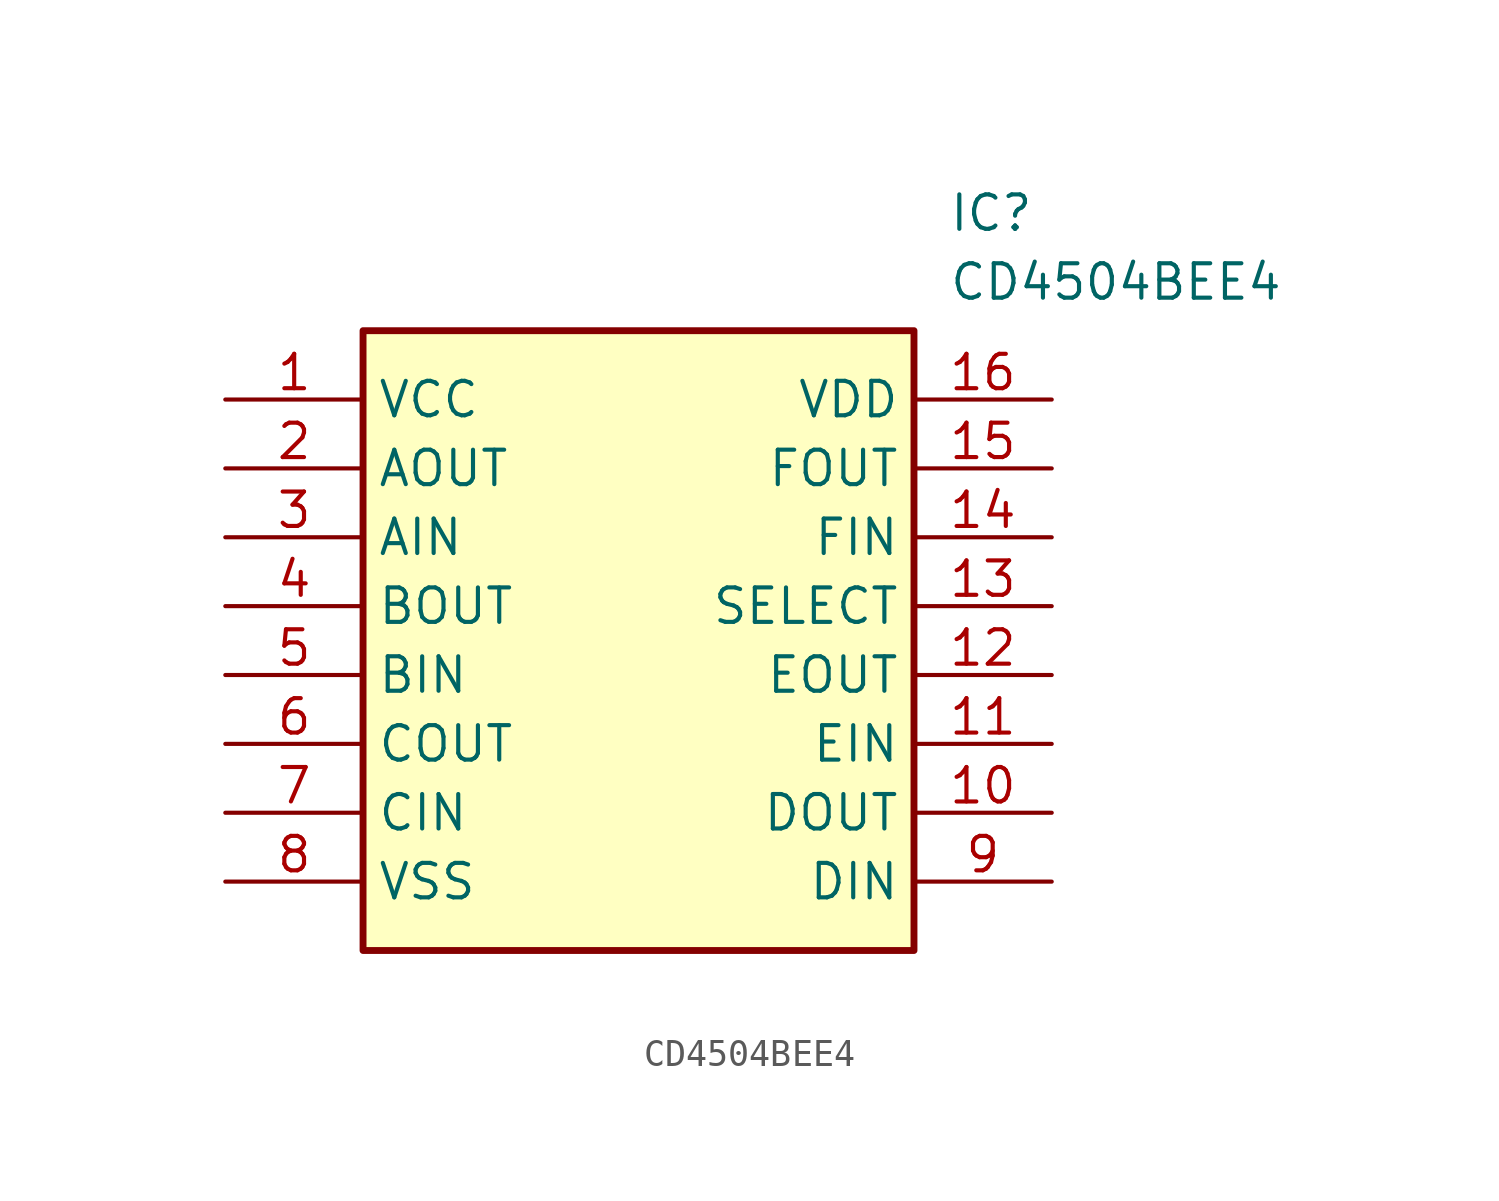
<source format=kicad_sym>
(kicad_symbol_lib
  (version 20211014)
  (generator SamacSys_ECAD_Model)
  (symbol "CD4504BEE4"
    (property "Reference" "IC"
      (at 26.67 7.62 0)
      (effects (font (size 1.27 1.27)) (justify left top)))
    (property "Value" "CD4504BEE4"
      (at 26.67 5.08 0)
      (effects (font (size 1.27 1.27)) (justify left top)))
    (rectangle
      (start 5.08 2.54)
      (end 25.4 -20.32)
      (stroke (width 0.254) (type default))
      (fill (type background)))
    (pin power_in line
      (at 0 0 0)
      (length 5.08)
      (name "VCC" (effects (font (size 1.27 1.27))))
      (number "1" (effects (font (size 1.27 1.27)))))
    (pin output line
      (at 0 -2.54 0)
      (length 5.08)
      (name "AOUT" (effects (font (size 1.27 1.27))))
      (number "2" (effects (font (size 1.27 1.27)))))
    (pin input line
      (at 0 -5.08 0)
      (length 5.08)
      (name "AIN" (effects (font (size 1.27 1.27))))
      (number "3" (effects (font (size 1.27 1.27)))))
    (pin output line
      (at 0 -7.62 0)
      (length 5.08)
      (name "BOUT" (effects (font (size 1.27 1.27))))
      (number "4" (effects (font (size 1.27 1.27)))))
    (pin input line
      (at 0 -10.16 0)
      (length 5.08)
      (name "BIN" (effects (font (size 1.27 1.27))))
      (number "5" (effects (font (size 1.27 1.27)))))
    (pin output line
      (at 0 -12.7 0)
      (length 5.08)
      (name "COUT" (effects (font (size 1.27 1.27))))
      (number "6" (effects (font (size 1.27 1.27)))))
    (pin input line
      (at 0 -15.24 0)
      (length 5.08)
      (name "CIN" (effects (font (size 1.27 1.27))))
      (number "7" (effects (font (size 1.27 1.27)))))
    (pin power_in line
      (at 0 -17.78 0)
      (length 5.08)
      (name "VSS" (effects (font (size 1.27 1.27))))
      (number "8" (effects (font (size 1.27 1.27)))))
    (pin power_in line
      (at 30.48 0 180)
      (length 5.08)
      (name "VDD" (effects (font (size 1.27 1.27))))
      (number "16" (effects (font (size 1.27 1.27)))))
    (pin output line
      (at 30.48 -2.54 180)
      (length 5.08)
      (name "FOUT" (effects (font (size 1.27 1.27))))
      (number "15" (effects (font (size 1.27 1.27)))))
    (pin input line
      (at 30.48 -5.08 180)
      (length 5.08)
      (name "FIN" (effects (font (size 1.27 1.27))))
      (number "14" (effects (font (size 1.27 1.27)))))
    (pin passive line
      (at 30.48 -7.62 180)
      (length 5.08)
      (name "SELECT" (effects (font (size 1.27 1.27))))
      (number "13" (effects (font (size 1.27 1.27)))))
    (pin output line
      (at 30.48 -10.16 180)
      (length 5.08)
      (name "EOUT" (effects (font (size 1.27 1.27))))
      (number "12" (effects (font (size 1.27 1.27)))))
    (pin input line
      (at 30.48 -12.7 180)
      (length 5.08)
      (name "EIN" (effects (font (size 1.27 1.27))))
      (number "11" (effects (font (size 1.27 1.27)))))
    (pin output line
      (at 30.48 -15.24 180)
      (length 5.08)
      (name "DOUT" (effects (font (size 1.27 1.27))))
      (number "10" (effects (font (size 1.27 1.27)))))
    (pin input line
      (at 30.48 -17.78 180)
      (length 5.08)
      (name "DIN" (effects (font (size 1.27 1.27))))
      (number "9" (effects (font (size 1.27 1.27)))))))
</source>
